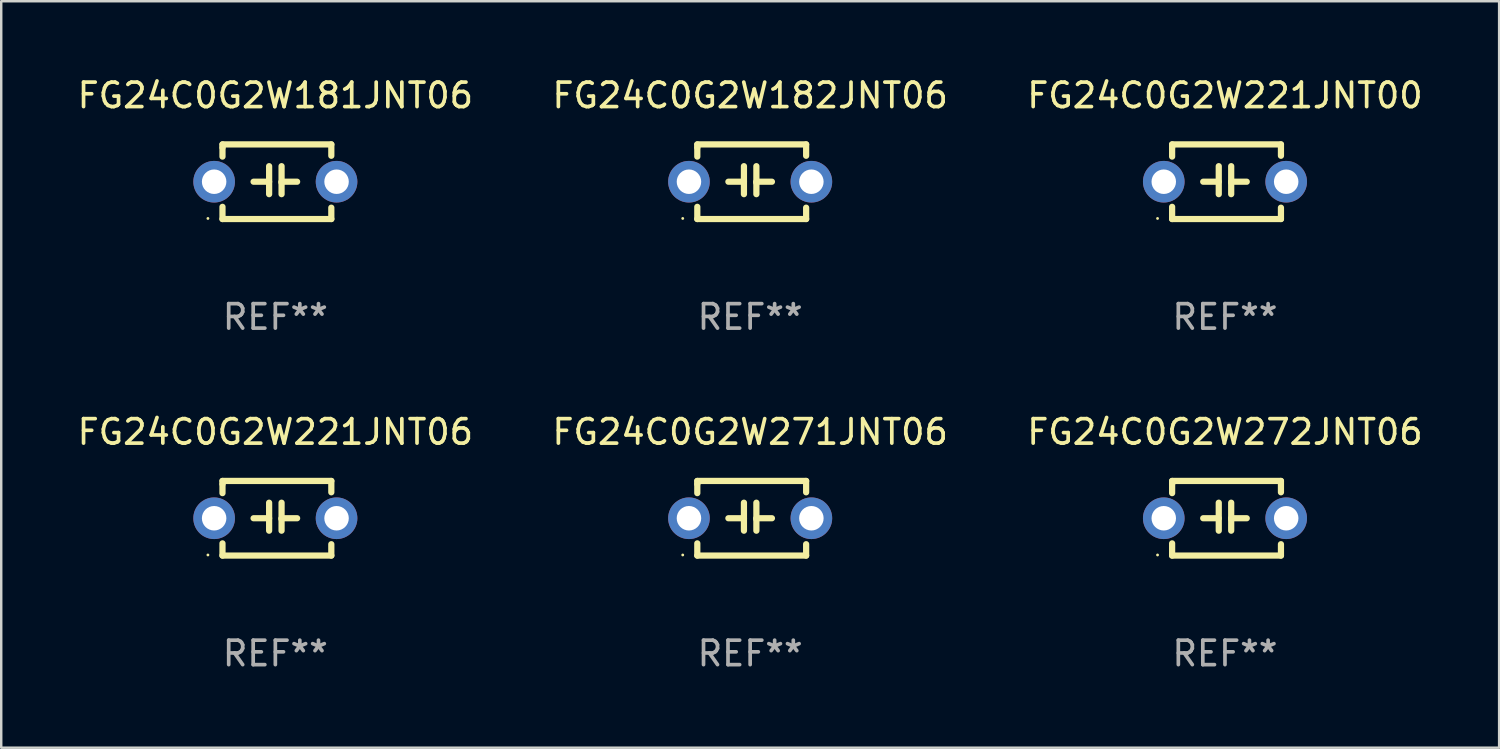
<source format=kicad_pcb>
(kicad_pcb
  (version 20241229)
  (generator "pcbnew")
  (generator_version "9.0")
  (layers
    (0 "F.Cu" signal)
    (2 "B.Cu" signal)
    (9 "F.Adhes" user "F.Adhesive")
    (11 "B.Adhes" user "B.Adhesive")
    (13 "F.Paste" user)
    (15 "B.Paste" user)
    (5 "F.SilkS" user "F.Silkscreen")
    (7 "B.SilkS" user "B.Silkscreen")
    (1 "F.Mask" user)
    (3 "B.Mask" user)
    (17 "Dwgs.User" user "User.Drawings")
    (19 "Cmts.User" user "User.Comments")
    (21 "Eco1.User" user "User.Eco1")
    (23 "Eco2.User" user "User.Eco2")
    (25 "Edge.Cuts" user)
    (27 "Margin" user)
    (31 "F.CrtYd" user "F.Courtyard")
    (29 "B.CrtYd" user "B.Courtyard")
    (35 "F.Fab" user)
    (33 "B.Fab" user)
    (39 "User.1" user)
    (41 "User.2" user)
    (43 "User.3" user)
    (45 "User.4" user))
  (footprint "FG24C0G2W221JNT00"
    (layer "F.Cu")
    (at 46.982 4.372)
    (property "Reference" "FG24C0G2W221JNT00" (at 0 -3.524 0) (layer "F.SilkS") (effects (font (size 1 1) (thickness 0.15))))
    (attr through_hole)
    (fp_line (start -2.159 -1.524) (end 2.286 -1.524) (stroke (width 0.254) (type solid)) (layer "F.SilkS"))
    (fp_line (start -2.159 -1.397) (end -2.159 -1.524) (stroke (width 0.254) (type solid)) (layer "F.SilkS"))
    (fp_line (start -2.159 -1.026) (end -2.159 -1.397) (stroke (width 0.254) (type solid)) (layer "F.SilkS"))
    (fp_line (start -2.159 1.524) (end -2.159 1.026) (stroke (width 0.254) (type solid)) (layer "F.SilkS"))
    (fp_line (start -0.889 0) (end -0.254 0) (stroke (width 0.254) (type solid)) (layer "F.SilkS"))
    (fp_line (start -0.254 0.508) (end -0.254 -0.635) (stroke (width 0.254) (type solid)) (layer "F.SilkS"))
    (fp_line (start 0.254 -0.635) (end 0.254 0.508) (stroke (width 0.254) (type solid)) (layer "F.SilkS"))
    (fp_line (start 0.254 0.04) (end 0.254 0.02) (stroke (width 0.254) (type solid)) (layer "F.SilkS"))
    (fp_line (start 0.889 0) (end 0.254 0) (stroke (width 0.254) (type solid)) (layer "F.SilkS"))
    (fp_line (start 2.286 -1.524) (end 2.286 -1.06) (stroke (width 0.254) (type solid)) (layer "F.SilkS"))
    (fp_line (start 2.286 1.06) (end 2.286 1.524) (stroke (width 0.254) (type solid)) (layer "F.SilkS"))
    (fp_line (start 2.286 1.524) (end -2.159 1.524) (stroke (width 0.254) (type solid)) (layer "F.SilkS"))
    (fp_circle (center -2.754 1.5) (end -2.724 1.5) (stroke (width 0.06) (type solid)) (fill no) (layer "F.SilkS"))
    (fp_text user "REF**" (at 0 5.524 0) (layer "F.Fab") (effects (font (size 1 1) (thickness 0.15))))
    (pad "1" thru_hole circle (at -2.5 0) (size 1.7 1.7) (drill 1) (layers "*.Cu" "*.Mask"))
    (pad "2" thru_hole circle (at 2.5 0) (size 1.7 1.7) (drill 1) (layers "*.Cu" "*.Mask")))
  (footprint "FG24C0G2W221JNT06"
    (layer "F.Cu")
    (at 8.196 18.117)
    (property "Reference" "FG24C0G2W221JNT06" (at 0 -3.524 0) (layer "F.SilkS") (effects (font (size 1 1) (thickness 0.15))))
    (attr through_hole)
    (fp_line (start -2.159 -1.524) (end 2.286 -1.524) (stroke (width 0.254) (type solid)) (layer "F.SilkS"))
    (fp_line (start -2.159 -1.397) (end -2.159 -1.524) (stroke (width 0.254) (type solid)) (layer "F.SilkS"))
    (fp_line (start -2.159 -1.026) (end -2.159 -1.397) (stroke (width 0.254) (type solid)) (layer "F.SilkS"))
    (fp_line (start -2.159 1.524) (end -2.159 1.026) (stroke (width 0.254) (type solid)) (layer "F.SilkS"))
    (fp_line (start -0.889 0) (end -0.254 0) (stroke (width 0.254) (type solid)) (layer "F.SilkS"))
    (fp_line (start -0.254 0.508) (end -0.254 -0.635) (stroke (width 0.254) (type solid)) (layer "F.SilkS"))
    (fp_line (start 0.254 -0.635) (end 0.254 0.508) (stroke (width 0.254) (type solid)) (layer "F.SilkS"))
    (fp_line (start 0.254 0.04) (end 0.254 0.02) (stroke (width 0.254) (type solid)) (layer "F.SilkS"))
    (fp_line (start 0.889 0) (end 0.254 0) (stroke (width 0.254) (type solid)) (layer "F.SilkS"))
    (fp_line (start 2.286 -1.524) (end 2.286 -1.06) (stroke (width 0.254) (type solid)) (layer "F.SilkS"))
    (fp_line (start 2.286 1.06) (end 2.286 1.524) (stroke (width 0.254) (type solid)) (layer "F.SilkS"))
    (fp_line (start 2.286 1.524) (end -2.159 1.524) (stroke (width 0.254) (type solid)) (layer "F.SilkS"))
    (fp_circle (center -2.754 1.5) (end -2.724 1.5) (stroke (width 0.06) (type solid)) (fill no) (layer "F.SilkS"))
    (fp_text user "REF**" (at 0 5.524 0) (layer "F.Fab") (effects (font (size 1 1) (thickness 0.15))))
    (pad "1" thru_hole circle (at -2.5 0) (size 1.7 1.7) (drill 1) (layers "*.Cu" "*.Mask"))
    (pad "2" thru_hole circle (at 2.5 0) (size 1.7 1.7) (drill 1) (layers "*.Cu" "*.Mask")))
  (footprint "FG24C0G2W272JNT06"
    (layer "F.Cu")
    (at 46.982 18.117)
    (property "Reference" "FG24C0G2W272JNT06" (at 0 -3.524 0) (layer "F.SilkS") (effects (font (size 1 1) (thickness 0.15))))
    (attr through_hole)
    (fp_line (start -2.159 -1.524) (end 2.286 -1.524) (stroke (width 0.254) (type solid)) (layer "F.SilkS"))
    (fp_line (start -2.159 -1.397) (end -2.159 -1.524) (stroke (width 0.254) (type solid)) (layer "F.SilkS"))
    (fp_line (start -2.159 -1.026) (end -2.159 -1.397) (stroke (width 0.254) (type solid)) (layer "F.SilkS"))
    (fp_line (start -2.159 1.524) (end -2.159 1.026) (stroke (width 0.254) (type solid)) (layer "F.SilkS"))
    (fp_line (start -0.889 0) (end -0.254 0) (stroke (width 0.254) (type solid)) (layer "F.SilkS"))
    (fp_line (start -0.254 0.508) (end -0.254 -0.635) (stroke (width 0.254) (type solid)) (layer "F.SilkS"))
    (fp_line (start 0.254 -0.635) (end 0.254 0.508) (stroke (width 0.254) (type solid)) (layer "F.SilkS"))
    (fp_line (start 0.254 0.04) (end 0.254 0.02) (stroke (width 0.254) (type solid)) (layer "F.SilkS"))
    (fp_line (start 0.889 0) (end 0.254 0) (stroke (width 0.254) (type solid)) (layer "F.SilkS"))
    (fp_line (start 2.286 -1.524) (end 2.286 -1.06) (stroke (width 0.254) (type solid)) (layer "F.SilkS"))
    (fp_line (start 2.286 1.06) (end 2.286 1.524) (stroke (width 0.254) (type solid)) (layer "F.SilkS"))
    (fp_line (start 2.286 1.524) (end -2.159 1.524) (stroke (width 0.254) (type solid)) (layer "F.SilkS"))
    (fp_circle (center -2.754 1.5) (end -2.724 1.5) (stroke (width 0.06) (type solid)) (fill no) (layer "F.SilkS"))
    (fp_text user "REF**" (at 0 5.524 0) (layer "F.Fab") (effects (font (size 1 1) (thickness 0.15))))
    (pad "1" thru_hole circle (at -2.5 0) (size 1.7 1.7) (drill 1) (layers "*.Cu" "*.Mask"))
    (pad "2" thru_hole circle (at 2.5 0) (size 1.7 1.7) (drill 1) (layers "*.Cu" "*.Mask")))
  (footprint "FG24C0G2W182JNT06"
    (layer "F.Cu")
    (at 27.589 4.372)
    (property "Reference" "FG24C0G2W182JNT06" (at 0 -3.524 0) (layer "F.SilkS") (effects (font (size 1 1) (thickness 0.15))))
    (attr through_hole)
    (fp_line (start -2.159 -1.524) (end 2.286 -1.524) (stroke (width 0.254) (type solid)) (layer "F.SilkS"))
    (fp_line (start -2.159 -1.397) (end -2.159 -1.524) (stroke (width 0.254) (type solid)) (layer "F.SilkS"))
    (fp_line (start -2.159 -1.026) (end -2.159 -1.397) (stroke (width 0.254) (type solid)) (layer "F.SilkS"))
    (fp_line (start -2.159 1.524) (end -2.159 1.026) (stroke (width 0.254) (type solid)) (layer "F.SilkS"))
    (fp_line (start -0.889 0) (end -0.254 0) (stroke (width 0.254) (type solid)) (layer "F.SilkS"))
    (fp_line (start -0.254 0.508) (end -0.254 -0.635) (stroke (width 0.254) (type solid)) (layer "F.SilkS"))
    (fp_line (start 0.254 -0.635) (end 0.254 0.508) (stroke (width 0.254) (type solid)) (layer "F.SilkS"))
    (fp_line (start 0.254 0.04) (end 0.254 0.02) (stroke (width 0.254) (type solid)) (layer "F.SilkS"))
    (fp_line (start 0.889 0) (end 0.254 0) (stroke (width 0.254) (type solid)) (layer "F.SilkS"))
    (fp_line (start 2.286 -1.524) (end 2.286 -1.06) (stroke (width 0.254) (type solid)) (layer "F.SilkS"))
    (fp_line (start 2.286 1.06) (end 2.286 1.524) (stroke (width 0.254) (type solid)) (layer "F.SilkS"))
    (fp_line (start 2.286 1.524) (end -2.159 1.524) (stroke (width 0.254) (type solid)) (layer "F.SilkS"))
    (fp_circle (center -2.754 1.5) (end -2.724 1.5) (stroke (width 0.06) (type solid)) (fill no) (layer "F.SilkS"))
    (fp_text user "REF**" (at 0 5.524 0) (layer "F.Fab") (effects (font (size 1 1) (thickness 0.15))))
    (pad "1" thru_hole circle (at -2.5 0) (size 1.7 1.7) (drill 1) (layers "*.Cu" "*.Mask"))
    (pad "2" thru_hole circle (at 2.5 0) (size 1.7 1.7) (drill 1) (layers "*.Cu" "*.Mask")))
  (footprint "FG24C0G2W181JNT06"
    (layer "F.Cu")
    (at 8.196 4.372)
    (property "Reference" "FG24C0G2W181JNT06" (at 0 -3.524 0) (layer "F.SilkS") (effects (font (size 1 1) (thickness 0.15))))
    (attr through_hole)
    (fp_line (start -2.159 -1.524) (end 2.286 -1.524) (stroke (width 0.254) (type solid)) (layer "F.SilkS"))
    (fp_line (start -2.159 -1.397) (end -2.159 -1.524) (stroke (width 0.254) (type solid)) (layer "F.SilkS"))
    (fp_line (start -2.159 -1.026) (end -2.159 -1.397) (stroke (width 0.254) (type solid)) (layer "F.SilkS"))
    (fp_line (start -2.159 1.524) (end -2.159 1.026) (stroke (width 0.254) (type solid)) (layer "F.SilkS"))
    (fp_line (start -0.889 0) (end -0.254 0) (stroke (width 0.254) (type solid)) (layer "F.SilkS"))
    (fp_line (start -0.254 0.508) (end -0.254 -0.635) (stroke (width 0.254) (type solid)) (layer "F.SilkS"))
    (fp_line (start 0.254 -0.635) (end 0.254 0.508) (stroke (width 0.254) (type solid)) (layer "F.SilkS"))
    (fp_line (start 0.254 0.04) (end 0.254 0.02) (stroke (width 0.254) (type solid)) (layer "F.SilkS"))
    (fp_line (start 0.889 0) (end 0.254 0) (stroke (width 0.254) (type solid)) (layer "F.SilkS"))
    (fp_line (start 2.286 -1.524) (end 2.286 -1.06) (stroke (width 0.254) (type solid)) (layer "F.SilkS"))
    (fp_line (start 2.286 1.06) (end 2.286 1.524) (stroke (width 0.254) (type solid)) (layer "F.SilkS"))
    (fp_line (start 2.286 1.524) (end -2.159 1.524) (stroke (width 0.254) (type solid)) (layer "F.SilkS"))
    (fp_circle (center -2.754 1.5) (end -2.724 1.5) (stroke (width 0.06) (type solid)) (fill no) (layer "F.SilkS"))
    (fp_text user "REF**" (at 0 5.524 0) (layer "F.Fab") (effects (font (size 1 1) (thickness 0.15))))
    (pad "1" thru_hole circle (at -2.5 0) (size 1.7 1.7) (drill 1) (layers "*.Cu" "*.Mask"))
    (pad "2" thru_hole circle (at 2.5 0) (size 1.7 1.7) (drill 1) (layers "*.Cu" "*.Mask")))
  (footprint "FG24C0G2W271JNT06"
    (layer "F.Cu")
    (at 27.589 18.117)
    (property "Reference" "FG24C0G2W271JNT06" (at 0 -3.524 0) (layer "F.SilkS") (effects (font (size 1 1) (thickness 0.15))))
    (attr through_hole)
    (fp_line (start -2.159 -1.524) (end 2.286 -1.524) (stroke (width 0.254) (type solid)) (layer "F.SilkS"))
    (fp_line (start -2.159 -1.397) (end -2.159 -1.524) (stroke (width 0.254) (type solid)) (layer "F.SilkS"))
    (fp_line (start -2.159 -1.026) (end -2.159 -1.397) (stroke (width 0.254) (type solid)) (layer "F.SilkS"))
    (fp_line (start -2.159 1.524) (end -2.159 1.026) (stroke (width 0.254) (type solid)) (layer "F.SilkS"))
    (fp_line (start -0.889 0) (end -0.254 0) (stroke (width 0.254) (type solid)) (layer "F.SilkS"))
    (fp_line (start -0.254 0.508) (end -0.254 -0.635) (stroke (width 0.254) (type solid)) (layer "F.SilkS"))
    (fp_line (start 0.254 -0.635) (end 0.254 0.508) (stroke (width 0.254) (type solid)) (layer "F.SilkS"))
    (fp_line (start 0.254 0.04) (end 0.254 0.02) (stroke (width 0.254) (type solid)) (layer "F.SilkS"))
    (fp_line (start 0.889 0) (end 0.254 0) (stroke (width 0.254) (type solid)) (layer "F.SilkS"))
    (fp_line (start 2.286 -1.524) (end 2.286 -1.06) (stroke (width 0.254) (type solid)) (layer "F.SilkS"))
    (fp_line (start 2.286 1.06) (end 2.286 1.524) (stroke (width 0.254) (type solid)) (layer "F.SilkS"))
    (fp_line (start 2.286 1.524) (end -2.159 1.524) (stroke (width 0.254) (type solid)) (layer "F.SilkS"))
    (fp_circle (center -2.754 1.5) (end -2.724 1.5) (stroke (width 0.06) (type solid)) (fill no) (layer "F.SilkS"))
    (fp_text user "REF**" (at 0 5.524 0) (layer "F.Fab") (effects (font (size 1 1) (thickness 0.15))))
    (pad "1" thru_hole circle (at -2.5 0) (size 1.7 1.7) (drill 1) (layers "*.Cu" "*.Mask"))
    (pad "2" thru_hole circle (at 2.5 0) (size 1.7 1.7) (drill 1) (layers "*.Cu" "*.Mask")))
  (gr_rect
    (start -3 -3)
    (end 58.179 27.489)
    (stroke (width 0.1) (type default))
    (fill no)
    (layer "Edge.Cuts")))
</source>
